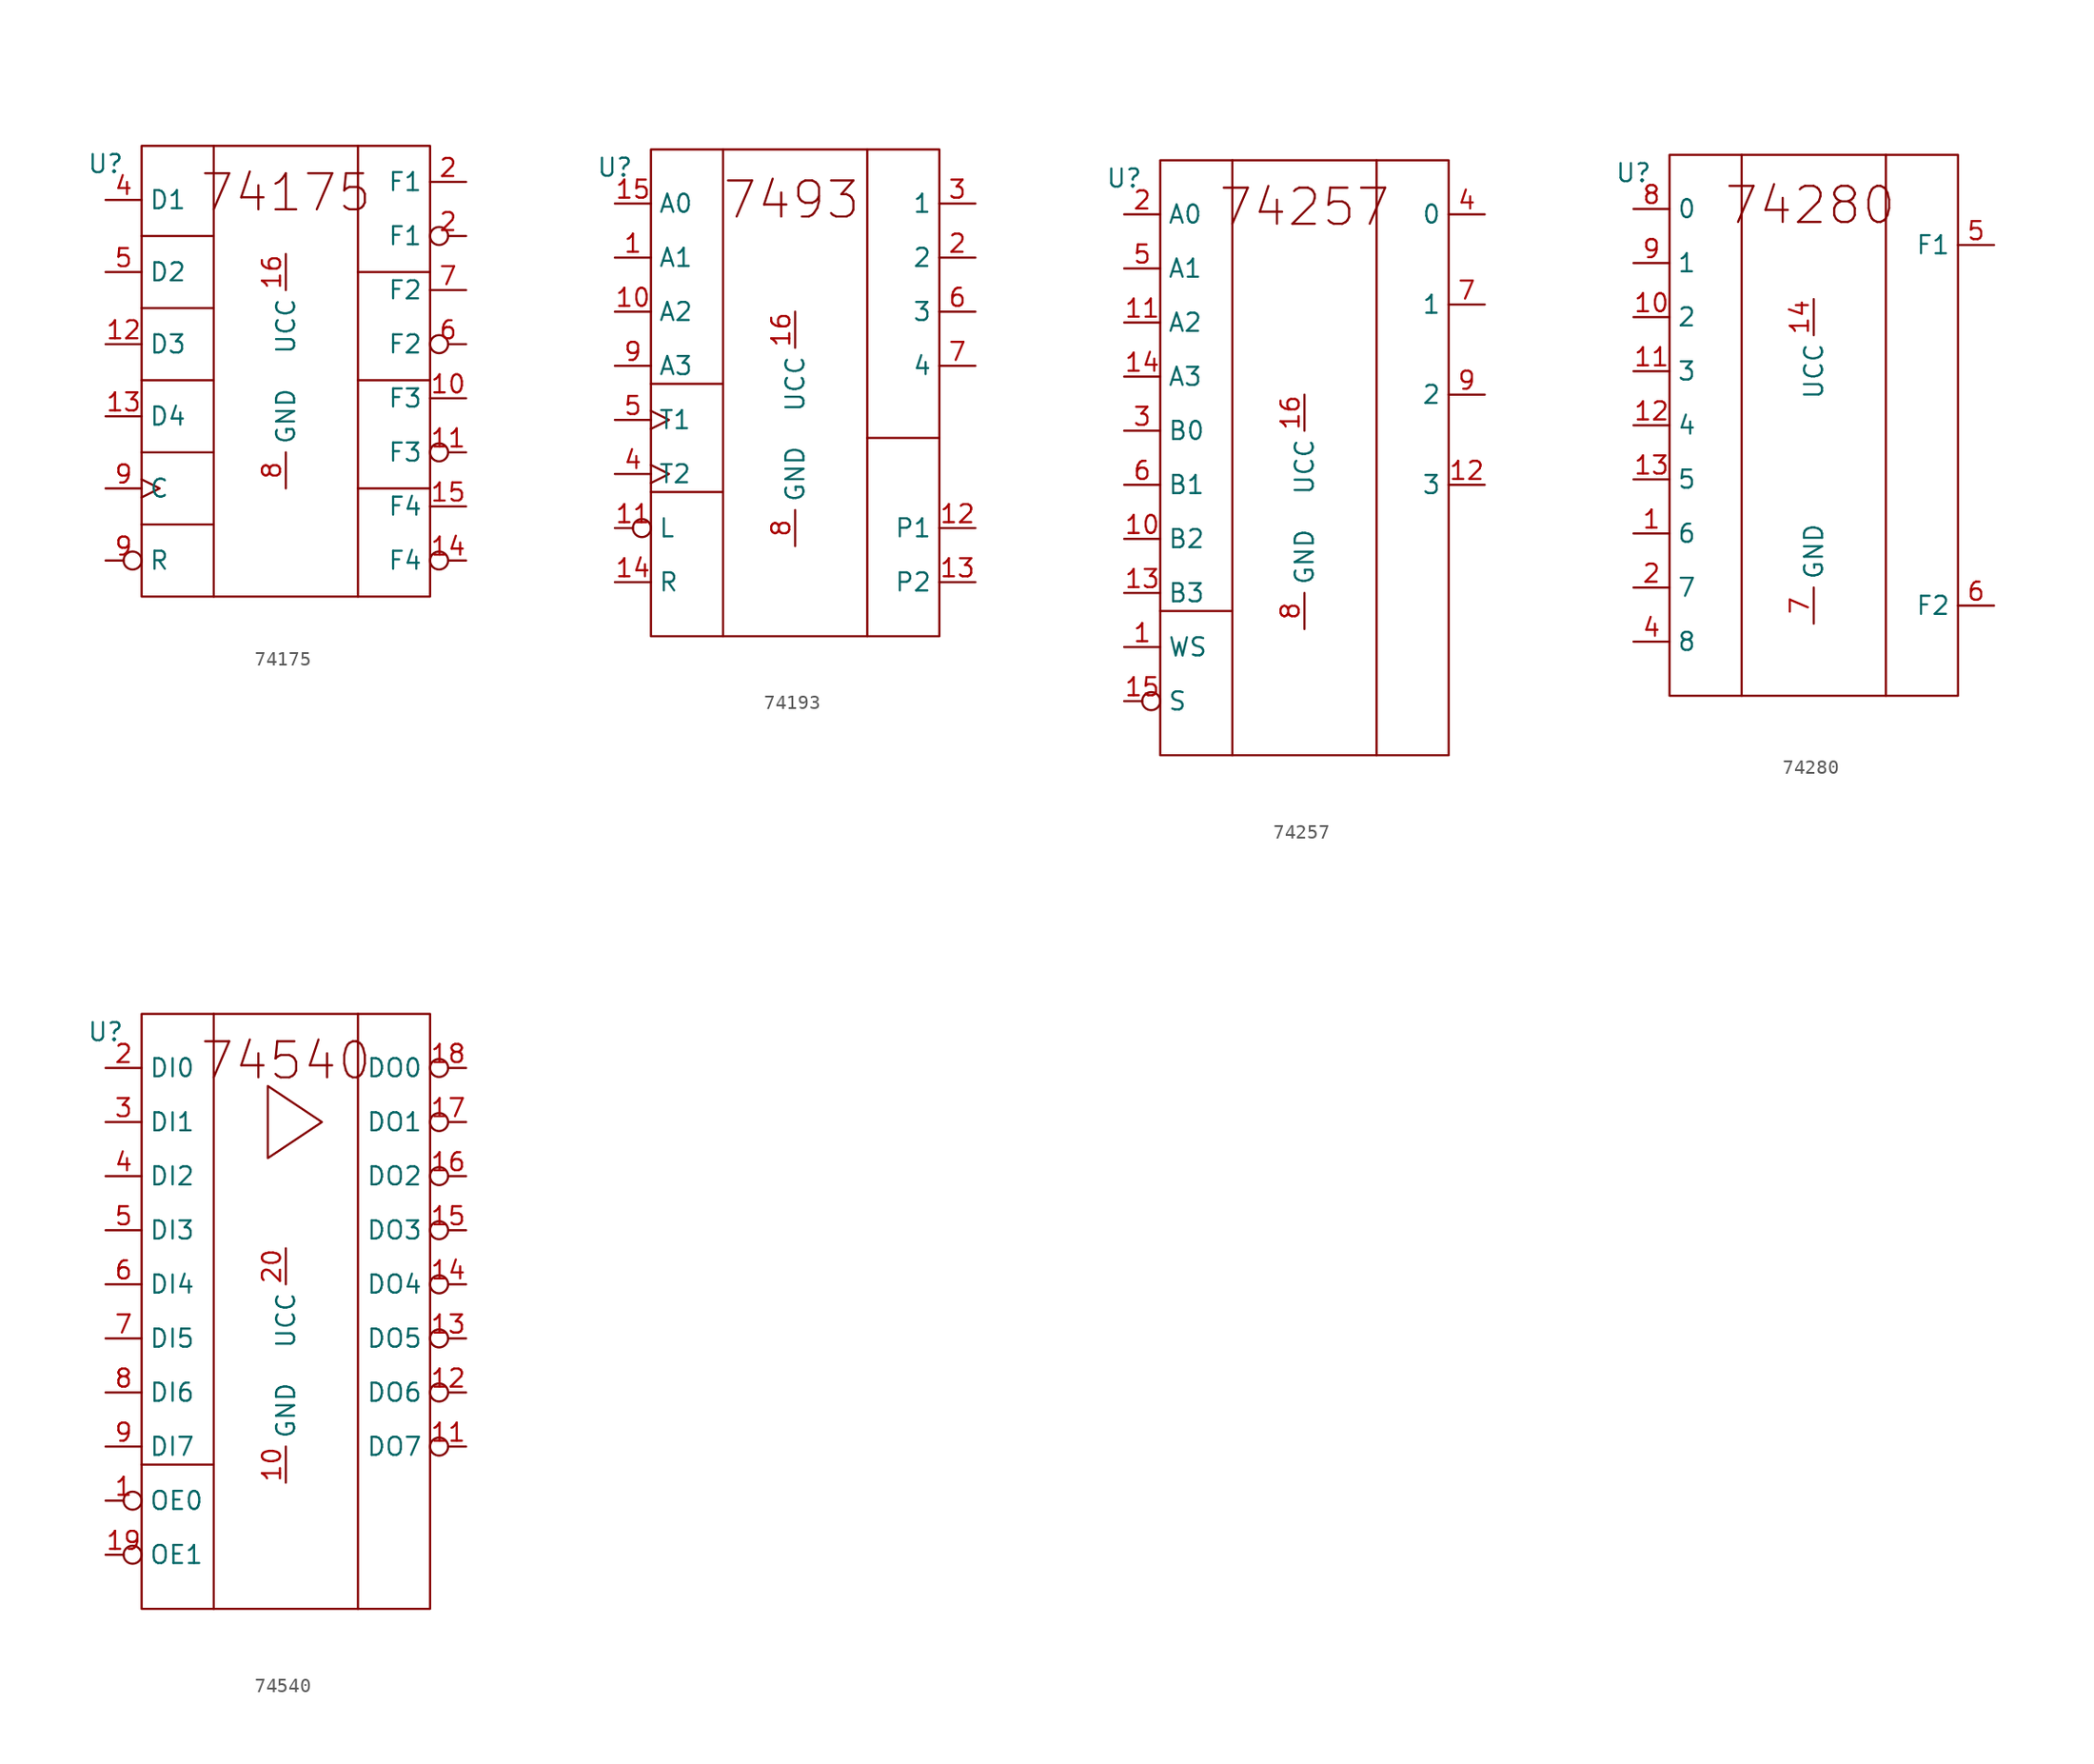
<source format=kicad_sym>
(kicad_symbol_lib
  (version 20231120)
  (generator "kicad_symbol_editor")
  (generator_version "8.0")
  (symbol "74175"
    (property "Reference" "U"
      (at 0 2.54 0)
      (effects (font (size 1.27 1.27))))
    (property "Value" ""
      (at 2.54 6.35 0)
      (effects (font (size 1.27 1.27))))
    (symbol "74175_0_1"
      (polyline (pts (xy 2.54 -22.86) (xy 7.62 -22.86)) (stroke (width 0) (type default)) (fill (type none)))
      (polyline (pts (xy 2.54 -17.78) (xy 7.62 -17.78)) (stroke (width 0) (type default)) (fill (type none)))
      (polyline (pts (xy 2.54 -12.7) (xy 7.62 -12.7)) (stroke (width 0) (type default)) (fill (type none)))
      (polyline (pts (xy 2.54 -7.62) (xy 7.62 -7.62)) (stroke (width 0) (type default)) (fill (type none)))
      (polyline (pts (xy 2.54 -2.54) (xy 7.62 -2.54)) (stroke (width 0) (type default)) (fill (type none)))
      (polyline (pts (xy 7.62 3.81) (xy 7.62 -27.94)) (stroke (width 0) (type default)) (fill (type none)))
      (polyline (pts (xy 17.78 -20.32) (xy 22.86 -20.32)) (stroke (width 0) (type default)) (fill (type none)))
      (polyline (pts (xy 17.78 -12.7) (xy 22.86 -12.7)) (stroke (width 0) (type default)) (fill (type none)))
      (polyline (pts (xy 17.78 -5.08) (xy 22.86 -5.08)) (stroke (width 0) (type default)) (fill (type none)))
      (polyline (pts (xy 17.78 3.81) (xy 17.78 -27.94)) (stroke (width 0) (type default)) (fill (type none)))
      (rectangle (start 2.54 3.81) (end 22.86 -27.94) (stroke (width 0) (type default)) (fill (type none))))
    (symbol "74175_1_1"
      (text "74175" (at 12.7 0.508 0) (effects (font (size 2.54 2.54))))
      (pin output line (at 25.4 -13.97 180) (length 2.54) (name "F3" (effects (font (size 1.27 1.27)))) (number "10" (effects (font (size 1.27 1.27)))))
      (pin output inverted (at 25.4 -17.78 180) (length 2.54) (name "F3" (effects (font (size 1.27 1.27)))) (number "11" (effects (font (size 1.27 1.27)))))
      (pin input line (at 0 -10.16 0) (length 2.54) (name "D3" (effects (font (size 1.27 1.27)))) (number "12" (effects (font (size 1.27 1.27)))))
      (pin input line (at 0 -15.24 0) (length 2.54) (name "D4" (effects (font (size 1.27 1.27)))) (number "13" (effects (font (size 1.27 1.27)))))
      (pin output inverted (at 25.4 -25.4 180) (length 2.54) (name "F4" (effects (font (size 1.27 1.27)))) (number "14" (effects (font (size 1.27 1.27)))))
      (pin output line (at 25.4 -21.59 180) (length 2.54) (name "F4" (effects (font (size 1.27 1.27)))) (number "15" (effects (font (size 1.27 1.27)))))
      (pin power_in line (at 12.7 -3.81 270) (length 2.54) (name "UCC" (effects (font (size 1.27 1.27)))) (number "16" (effects (font (size 1.27 1.27)))))
      (pin output inverted (at 25.4 -2.54 180) (length 2.54) (name "F1" (effects (font (size 1.27 1.27)))) (number "2" (effects (font (size 1.27 1.27)))))
      (pin output line (at 25.4 1.27 180) (length 2.54) (name "F1" (effects (font (size 1.27 1.27)))) (number "2" (effects (font (size 1.27 1.27)))))
      (pin input line (at 0 0 0) (length 2.54) (name "D1" (effects (font (size 1.27 1.27)))) (number "4" (effects (font (size 1.27 1.27)))))
      (pin input line (at 0 -5.08 0) (length 2.54) (name "D2" (effects (font (size 1.27 1.27)))) (number "5" (effects (font (size 1.27 1.27)))))
      (pin output inverted (at 25.4 -10.16 180) (length 2.54) (name "F2" (effects (font (size 1.27 1.27)))) (number "6" (effects (font (size 1.27 1.27)))))
      (pin output line (at 25.4 -6.35 180) (length 2.54) (name "F2" (effects (font (size 1.27 1.27)))) (number "7" (effects (font (size 1.27 1.27)))))
      (pin power_in line (at 12.7 -20.32 90) (length 2.54) (name "GND" (effects (font (size 1.27 1.27)))) (number "8" (effects (font (size 1.27 1.27)))))
      (pin input clock (at 0 -20.32 0) (length 2.54) (name "C" (effects (font (size 1.27 1.27)))) (number "9" (effects (font (size 1.27 1.27)))))
      (pin input inverted (at 0 -25.4 0) (length 2.54) (name "R" (effects (font (size 1.27 1.27)))) (number "9" (effects (font (size 1.27 1.27)))))))
  (symbol "74193"
    (property "Reference" "U"
      (at 0 2.54 0)
      (effects (font (size 1.27 1.27))))
    (property "Value" ""
      (at 2.54 6.35 0)
      (effects (font (size 1.27 1.27))))
    (symbol "74193_0_1"
      (polyline (pts (xy 2.54 -20.32) (xy 7.62 -20.32)) (stroke (width 0) (type default)) (fill (type none)))
      (polyline (pts (xy 2.54 -12.7) (xy 7.62 -12.7)) (stroke (width 0) (type default)) (fill (type none)))
      (polyline (pts (xy 7.62 3.81) (xy 7.62 -30.48)) (stroke (width 0) (type default)) (fill (type none)))
      (polyline (pts (xy 17.78 -16.51) (xy 22.86 -16.51)) (stroke (width 0) (type default)) (fill (type none)))
      (polyline (pts (xy 17.78 3.81) (xy 17.78 -30.48)) (stroke (width 0) (type default)) (fill (type none)))
      (rectangle (start 2.54 3.81) (end 22.86 -30.48) (stroke (width 0) (type default)) (fill (type none))))
    (symbol "74193_1_1"
      (text "7493" (at 12.446 0.254 0) (effects (font (size 2.54 2.54))))
      (pin input line (at 0 -3.81 0) (length 2.54) (name "A1" (effects (font (size 1.27 1.27)))) (number "1" (effects (font (size 1.27 1.27)))))
      (pin input line (at 0 -7.62 0) (length 2.54) (name "A2" (effects (font (size 1.27 1.27)))) (number "10" (effects (font (size 1.27 1.27)))))
      (pin input inverted (at 0 -22.86 0) (length 2.54) (name "L" (effects (font (size 1.27 1.27)))) (number "11" (effects (font (size 1.27 1.27)))))
      (pin output line (at 25.4 -22.86 180) (length 2.54) (name "P1" (effects (font (size 1.27 1.27)))) (number "12" (effects (font (size 1.27 1.27)))))
      (pin output line (at 25.4 -26.67 180) (length 2.54) (name "P2" (effects (font (size 1.27 1.27)))) (number "13" (effects (font (size 1.27 1.27)))))
      (pin input line (at 0 -26.67 0) (length 2.54) (name "R" (effects (font (size 1.27 1.27)))) (number "14" (effects (font (size 1.27 1.27)))))
      (pin input line (at 0 0 0) (length 2.54) (name "A0" (effects (font (size 1.27 1.27)))) (number "15" (effects (font (size 1.27 1.27)))))
      (pin power_in line (at 12.7 -7.62 270) (length 2.54) (name "UCC" (effects (font (size 1.27 1.27)))) (number "16" (effects (font (size 1.27 1.27)))))
      (pin output line (at 25.4 -3.81 180) (length 2.54) (name "2" (effects (font (size 1.27 1.27)))) (number "2" (effects (font (size 1.27 1.27)))))
      (pin output line (at 25.4 0 180) (length 2.54) (name "1" (effects (font (size 1.27 1.27)))) (number "3" (effects (font (size 1.27 1.27)))))
      (pin input clock (at 0 -19.05 0) (length 2.54) (name "T2" (effects (font (size 1.27 1.27)))) (number "4" (effects (font (size 1.27 1.27)))))
      (pin input clock (at 0 -15.24 0) (length 2.54) (name "T1" (effects (font (size 1.27 1.27)))) (number "5" (effects (font (size 1.27 1.27)))))
      (pin output line (at 25.4 -7.62 180) (length 2.54) (name "3" (effects (font (size 1.27 1.27)))) (number "6" (effects (font (size 1.27 1.27)))))
      (pin output line (at 25.4 -11.43 180) (length 2.54) (name "4" (effects (font (size 1.27 1.27)))) (number "7" (effects (font (size 1.27 1.27)))))
      (pin power_in line (at 12.7 -24.13 90) (length 2.54) (name "GND" (effects (font (size 1.27 1.27)))) (number "8" (effects (font (size 1.27 1.27)))))
      (pin input line (at 0 -11.43 0) (length 2.54) (name "A3" (effects (font (size 1.27 1.27)))) (number "9" (effects (font (size 1.27 1.27)))))))
  (symbol "74257"
    (property "Reference" "U"
      (at 0 2.54 0)
      (effects (font (size 1.27 1.27))))
    (property "Value" ""
      (at 2.54 6.35 0)
      (effects (font (size 1.27 1.27))))
    (symbol "74257_0_1"
      (polyline (pts (xy 2.54 -27.94) (xy 7.62 -27.94)) (stroke (width 0) (type default)) (fill (type none)))
      (polyline (pts (xy 7.62 3.81) (xy 7.62 -38.1)) (stroke (width 0) (type default)) (fill (type none)))
      (polyline (pts (xy 17.78 3.81) (xy 17.78 -38.1)) (stroke (width 0) (type default)) (fill (type none)))
      (rectangle (start 2.54 3.81) (end 22.86 -38.1) (stroke (width 0) (type default)) (fill (type none))))
    (symbol "74257_1_1"
      (text "74257" (at 12.7 0.508 0) (effects (font (size 2.54 2.54))))
      (pin input line (at 0 -30.48 0) (length 2.54) (name "WS" (effects (font (size 1.27 1.27)))) (number "1" (effects (font (size 1.27 1.27)))))
      (pin input line (at 0 -22.86 0) (length 2.54) (name "B2" (effects (font (size 1.27 1.27)))) (number "10" (effects (font (size 1.27 1.27)))))
      (pin input line (at 0 -7.62 0) (length 2.54) (name "A2" (effects (font (size 1.27 1.27)))) (number "11" (effects (font (size 1.27 1.27)))))
      (pin output line (at 25.4 -19.05 180) (length 2.54) (name "3" (effects (font (size 1.27 1.27)))) (number "12" (effects (font (size 1.27 1.27)))))
      (pin input line (at 0 -26.67 0) (length 2.54) (name "B3" (effects (font (size 1.27 1.27)))) (number "13" (effects (font (size 1.27 1.27)))))
      (pin input line (at 0 -11.43 0) (length 2.54) (name "A3" (effects (font (size 1.27 1.27)))) (number "14" (effects (font (size 1.27 1.27)))))
      (pin input inverted (at 0 -34.29 0) (length 2.54) (name "S" (effects (font (size 1.27 1.27)))) (number "15" (effects (font (size 1.27 1.27)))))
      (pin power_in line (at 12.7 -12.7 270) (length 2.54) (name "UCC" (effects (font (size 1.27 1.27)))) (number "16" (effects (font (size 1.27 1.27)))))
      (pin input line (at 0 0 0) (length 2.54) (name "A0" (effects (font (size 1.27 1.27)))) (number "2" (effects (font (size 1.27 1.27)))))
      (pin input line (at 0 -15.24 0) (length 2.54) (name "B0" (effects (font (size 1.27 1.27)))) (number "3" (effects (font (size 1.27 1.27)))))
      (pin output line (at 25.4 0 180) (length 2.54) (name "0" (effects (font (size 1.27 1.27)))) (number "4" (effects (font (size 1.27 1.27)))))
      (pin input line (at 0 -3.81 0) (length 2.54) (name "A1" (effects (font (size 1.27 1.27)))) (number "5" (effects (font (size 1.27 1.27)))))
      (pin input line (at 0 -19.05 0) (length 2.54) (name "B1" (effects (font (size 1.27 1.27)))) (number "6" (effects (font (size 1.27 1.27)))))
      (pin output line (at 25.4 -6.35 180) (length 2.54) (name "1" (effects (font (size 1.27 1.27)))) (number "7" (effects (font (size 1.27 1.27)))))
      (pin power_in line (at 12.7 -29.21 90) (length 2.54) (name "GND" (effects (font (size 1.27 1.27)))) (number "8" (effects (font (size 1.27 1.27)))))
      (pin output line (at 25.4 -12.7 180) (length 2.54) (name "2" (effects (font (size 1.27 1.27)))) (number "9" (effects (font (size 1.27 1.27)))))))
  (symbol "74280"
    (property "Reference" "U"
      (at 0 2.54 0)
      (effects (font (size 1.27 1.27))))
    (property "Value" ""
      (at 2.54 6.35 0)
      (effects (font (size 1.27 1.27))))
    (symbol "74280_0_1"
      (polyline (pts (xy 7.62 3.81) (xy 7.62 -34.29)) (stroke (width 0) (type default)) (fill (type none)))
      (polyline (pts (xy 17.78 3.81) (xy 17.78 -34.29)) (stroke (width 0) (type default)) (fill (type none)))
      (rectangle (start 2.54 3.81) (end 22.86 -34.29) (stroke (width 0) (type default)) (fill (type none))))
    (symbol "74280_1_1"
      (text "74280" (at 12.446 0.254 0) (effects (font (size 2.54 2.54))))
      (pin input line (at 0 -22.86 0) (length 2.54) (name "6" (effects (font (size 1.27 1.27)))) (number "1" (effects (font (size 1.27 1.27)))))
      (pin input line (at 0 -7.62 0) (length 2.54) (name "2" (effects (font (size 1.27 1.27)))) (number "10" (effects (font (size 1.27 1.27)))))
      (pin input line (at 0 -11.43 0) (length 2.54) (name "3" (effects (font (size 1.27 1.27)))) (number "11" (effects (font (size 1.27 1.27)))))
      (pin input line (at 0 -15.24 0) (length 2.54) (name "4" (effects (font (size 1.27 1.27)))) (number "12" (effects (font (size 1.27 1.27)))))
      (pin input line (at 0 -19.05 0) (length 2.54) (name "5" (effects (font (size 1.27 1.27)))) (number "13" (effects (font (size 1.27 1.27)))))
      (pin power_in line (at 12.7 -6.35 270) (length 2.54) (name "UCC" (effects (font (size 1.27 1.27)))) (number "14" (effects (font (size 1.27 1.27)))))
      (pin input line (at 0 -26.67 0) (length 2.54) (name "7" (effects (font (size 1.27 1.27)))) (number "2" (effects (font (size 1.27 1.27)))))
      (pin input line (at 0 -30.48 0) (length 2.54) (name "8" (effects (font (size 1.27 1.27)))) (number "4" (effects (font (size 1.27 1.27)))))
      (pin output line (at 25.4 -2.54 180) (length 2.54) (name "F1" (effects (font (size 1.27 1.27)))) (number "5" (effects (font (size 1.27 1.27)))))
      (pin output line (at 25.4 -27.94 180) (length 2.54) (name "F2" (effects (font (size 1.27 1.27)))) (number "6" (effects (font (size 1.27 1.27)))))
      (pin power_in line (at 12.7 -29.21 90) (length 2.54) (name "GND" (effects (font (size 1.27 1.27)))) (number "7" (effects (font (size 1.27 1.27)))))
      (pin input line (at 0 0 0) (length 2.54) (name "0" (effects (font (size 1.27 1.27)))) (number "8" (effects (font (size 1.27 1.27)))))
      (pin input line (at 0 -3.81 0) (length 2.54) (name "1" (effects (font (size 1.27 1.27)))) (number "9" (effects (font (size 1.27 1.27)))))))
  (symbol "74540"
    (property "Reference" "U"
      (at 0 2.54 0)
      (effects (font (size 1.27 1.27))))
    (property "Value" ""
      (at 2.54 6.35 0)
      (effects (font (size 1.27 1.27))))
    (symbol "74540_0_1"
      (polyline (pts (xy 2.54 -27.94) (xy 7.62 -27.94)) (stroke (width 0) (type default)) (fill (type none)))
      (polyline (pts (xy 7.62 3.81) (xy 7.62 -38.1)) (stroke (width 0) (type default)) (fill (type none)))
      (polyline (pts (xy 17.78 3.81) (xy 17.78 -38.1)) (stroke (width 0) (type default)) (fill (type none)))
      (polyline (pts (xy 11.43 -1.27) (xy 15.24 -3.81) (xy 11.43 -6.35) (xy 11.43 -1.27)) (stroke (width 0) (type default)) (fill (type none)))
      (rectangle (start 2.54 3.81) (end 22.86 -38.1) (stroke (width 0) (type default)) (fill (type none))))
    (symbol "74540_1_1"
      (text "74540" (at 12.7 0.508 0) (effects (font (size 2.54 2.54))))
      (pin input inverted (at 0 -30.48 0) (length 2.54) (name "OE0" (effects (font (size 1.27 1.27)))) (number "1" (effects (font (size 1.27 1.27)))))
      (pin power_in line (at 12.7 -29.21 90) (length 2.54) (name "GND" (effects (font (size 1.27 1.27)))) (number "10" (effects (font (size 1.27 1.27)))))
      (pin tri_state inverted (at 25.4 -26.67 180) (length 2.54) (name "DO7" (effects (font (size 1.27 1.27)))) (number "11" (effects (font (size 1.27 1.27)))))
      (pin tri_state inverted (at 25.4 -22.86 180) (length 2.54) (name "DO6" (effects (font (size 1.27 1.27)))) (number "12" (effects (font (size 1.27 1.27)))))
      (pin tri_state inverted (at 25.4 -19.05 180) (length 2.54) (name "DO5" (effects (font (size 1.27 1.27)))) (number "13" (effects (font (size 1.27 1.27)))))
      (pin tri_state inverted (at 25.4 -15.24 180) (length 2.54) (name "DO4" (effects (font (size 1.27 1.27)))) (number "14" (effects (font (size 1.27 1.27)))))
      (pin tri_state inverted (at 25.4 -11.43 180) (length 2.54) (name "DO3" (effects (font (size 1.27 1.27)))) (number "15" (effects (font (size 1.27 1.27)))))
      (pin tri_state inverted (at 25.4 -7.62 180) (length 2.54) (name "DO2" (effects (font (size 1.27 1.27)))) (number "16" (effects (font (size 1.27 1.27)))))
      (pin tri_state inverted (at 25.4 -3.81 180) (length 2.54) (name "DO1" (effects (font (size 1.27 1.27)))) (number "17" (effects (font (size 1.27 1.27)))))
      (pin tri_state inverted (at 25.4 0 180) (length 2.54) (name "DO0" (effects (font (size 1.27 1.27)))) (number "18" (effects (font (size 1.27 1.27)))))
      (pin input inverted (at 0 -34.29 0) (length 2.54) (name "OE1" (effects (font (size 1.27 1.27)))) (number "19" (effects (font (size 1.27 1.27)))))
      (pin input line (at 0 0 0) (length 2.54) (name "DI0" (effects (font (size 1.27 1.27)))) (number "2" (effects (font (size 1.27 1.27)))))
      (pin power_in line (at 12.7 -12.7 270) (length 2.54) (name "UCC" (effects (font (size 1.27 1.27)))) (number "20" (effects (font (size 1.27 1.27)))))
      (pin input line (at 0 -3.81 0) (length 2.54) (name "DI1" (effects (font (size 1.27 1.27)))) (number "3" (effects (font (size 1.27 1.27)))))
      (pin input line (at 0 -7.62 0) (length 2.54) (name "DI2" (effects (font (size 1.27 1.27)))) (number "4" (effects (font (size 1.27 1.27)))))
      (pin input line (at 0 -11.43 0) (length 2.54) (name "DI3" (effects (font (size 1.27 1.27)))) (number "5" (effects (font (size 1.27 1.27)))))
      (pin input line (at 0 -15.24 0) (length 2.54) (name "DI4" (effects (font (size 1.27 1.27)))) (number "6" (effects (font (size 1.27 1.27)))))
      (pin input line (at 0 -19.05 0) (length 2.54) (name "DI5" (effects (font (size 1.27 1.27)))) (number "7" (effects (font (size 1.27 1.27)))))
      (pin input line (at 0 -22.86 0) (length 2.54) (name "DI6" (effects (font (size 1.27 1.27)))) (number "8" (effects (font (size 1.27 1.27)))))
      (pin input line (at 0 -26.67 0) (length 2.54) (name "DI7" (effects (font (size 1.27 1.27)))) (number "9" (effects (font (size 1.27 1.27))))))))
</source>
